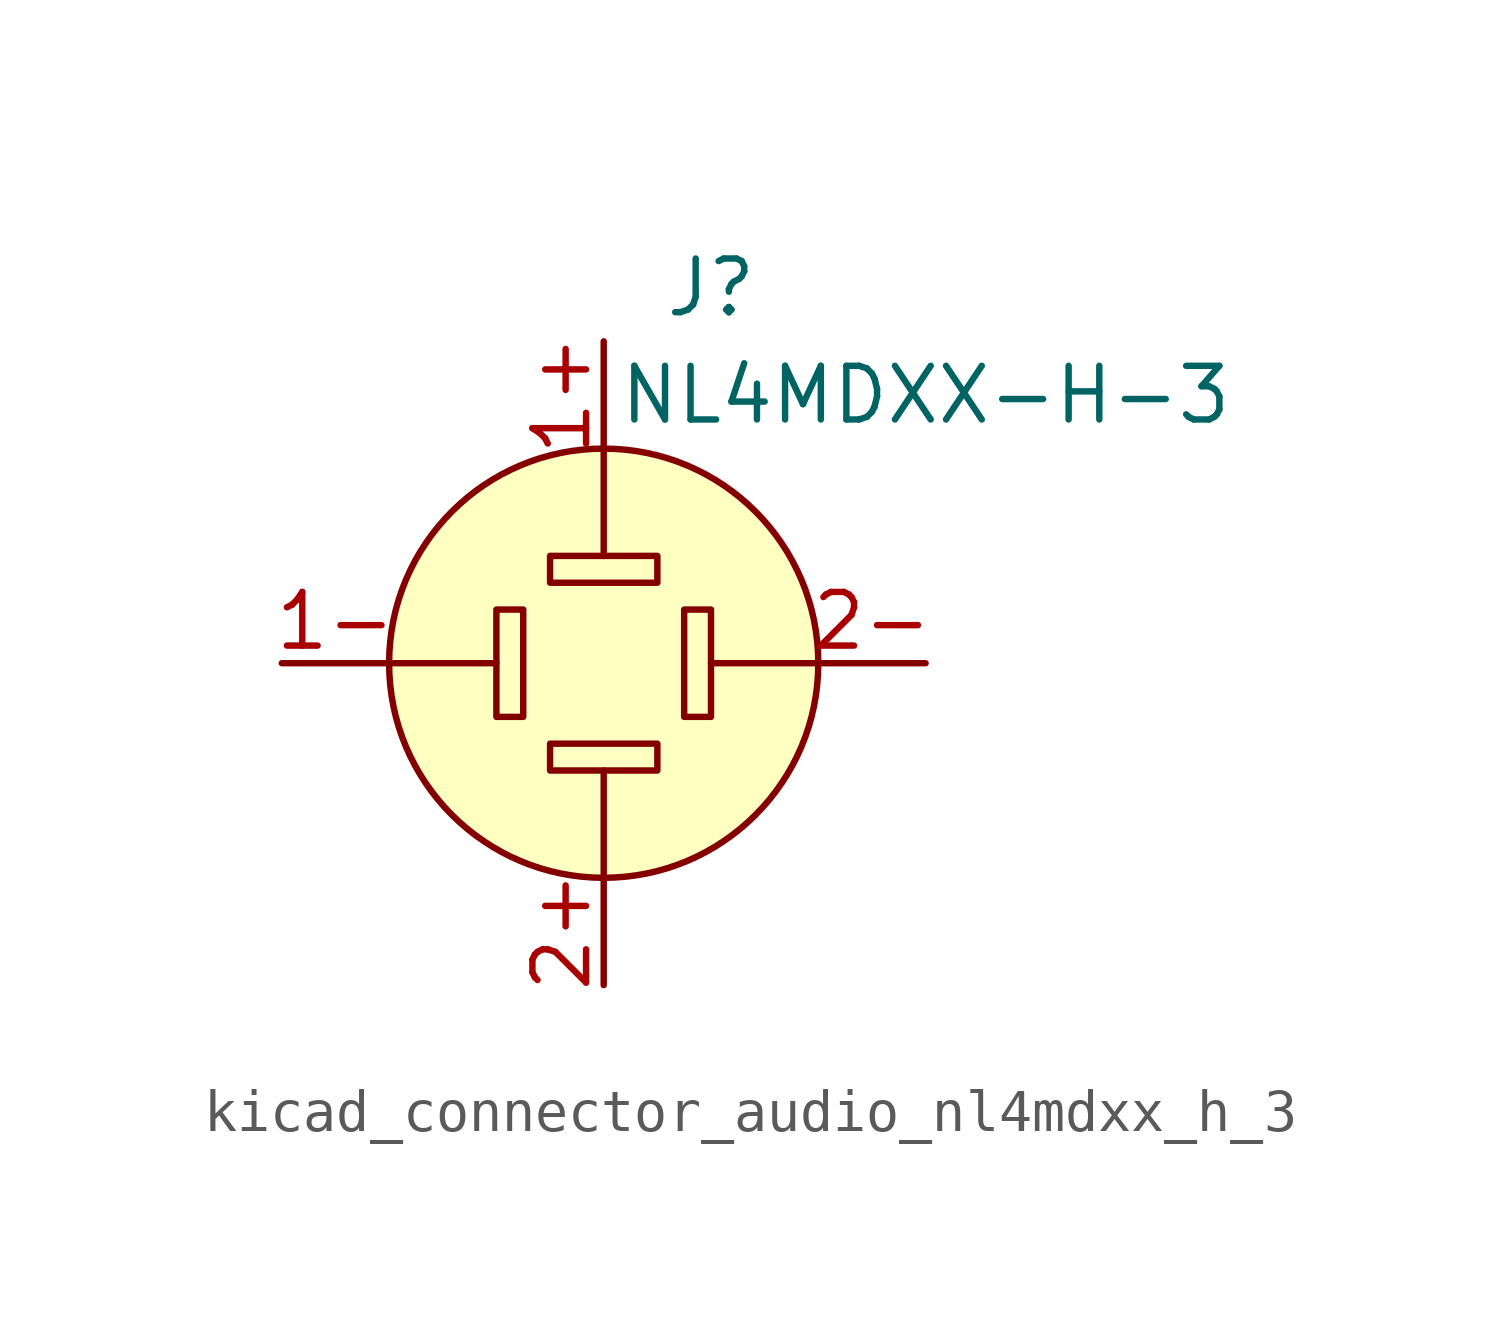
<source format=kicad_sym>
(kicad_symbol_lib
  (version 20220914)
  (generator kicad_symbol_editor)
  (symbol "kicad_connector_audio_nl4mdxx_h_3"
    (pin_names hide)
    (property "Reference" "J"
      (at 2.54 8.89 0)
      (effects (font (size 1.27 1.27))))
    (property "Value" "NL4MDXX-H-3"
      (at 7.62 6.35 0)
      (effects (font (size 1.27 1.27))))
    (symbol "kicad_connector_audio_nl4mdxx_h_3_0_1"
      (rectangle (start -2.54 1.27) (end -1.905 -1.27) (stroke (width 0) (type default)) (fill (type none)))
      (rectangle (start -1.27 -2.54) (end 1.27 -1.905) (stroke (width 0) (type default)) (fill (type none)))
      (rectangle (start -1.27 2.54) (end 1.27 1.905) (stroke (width 0) (type default)) (fill (type none)))
      (polyline (pts (xy -5.08 0) (xy -2.54 0)) (stroke (width 0) (type default)) (fill (type none)))
      (polyline (pts (xy 0 -5.08) (xy 0 -2.54)) (stroke (width 0) (type default)) (fill (type none)))
      (polyline (pts (xy 0 5.08) (xy 0 2.54)) (stroke (width 0) (type default)) (fill (type none)))
      (polyline (pts (xy 5.08 0) (xy 2.54 0)) (stroke (width 0) (type default)) (fill (type none)))
      (circle (center 0 0) (radius 5.08) (stroke (width 0) (type default)) (fill (type background)))
      (rectangle (start 2.54 1.27) (end 1.905 -1.27) (stroke (width 0) (type default)) (fill (type none)))
      (pin passive line (at -7.62 0 0) (length 2.54) (name "1-" (effects (font (size 1.27 1.27)))) (number "1-" (effects (font (size 1.27 1.27)))))
      (pin passive line (at 0 -7.62 90) (length 2.54) (name "2+" (effects (font (size 1.27 1.27)))) (number "2+" (effects (font (size 1.27 1.27)))))
      (pin passive line (at 7.62 0 180) (length 2.54) (name "2-" (effects (font (size 1.27 1.27)))) (number "2-" (effects (font (size 1.27 1.27))))))
    (symbol "kicad_connector_audio_nl4mdxx_h_3_1_1"
      (pin passive line (at 0 7.62 270) (length 2.54) (name "1+" (effects (font (size 1.27 1.27)))) (number "1+" (effects (font (size 1.27 1.27))))))))
</source>
